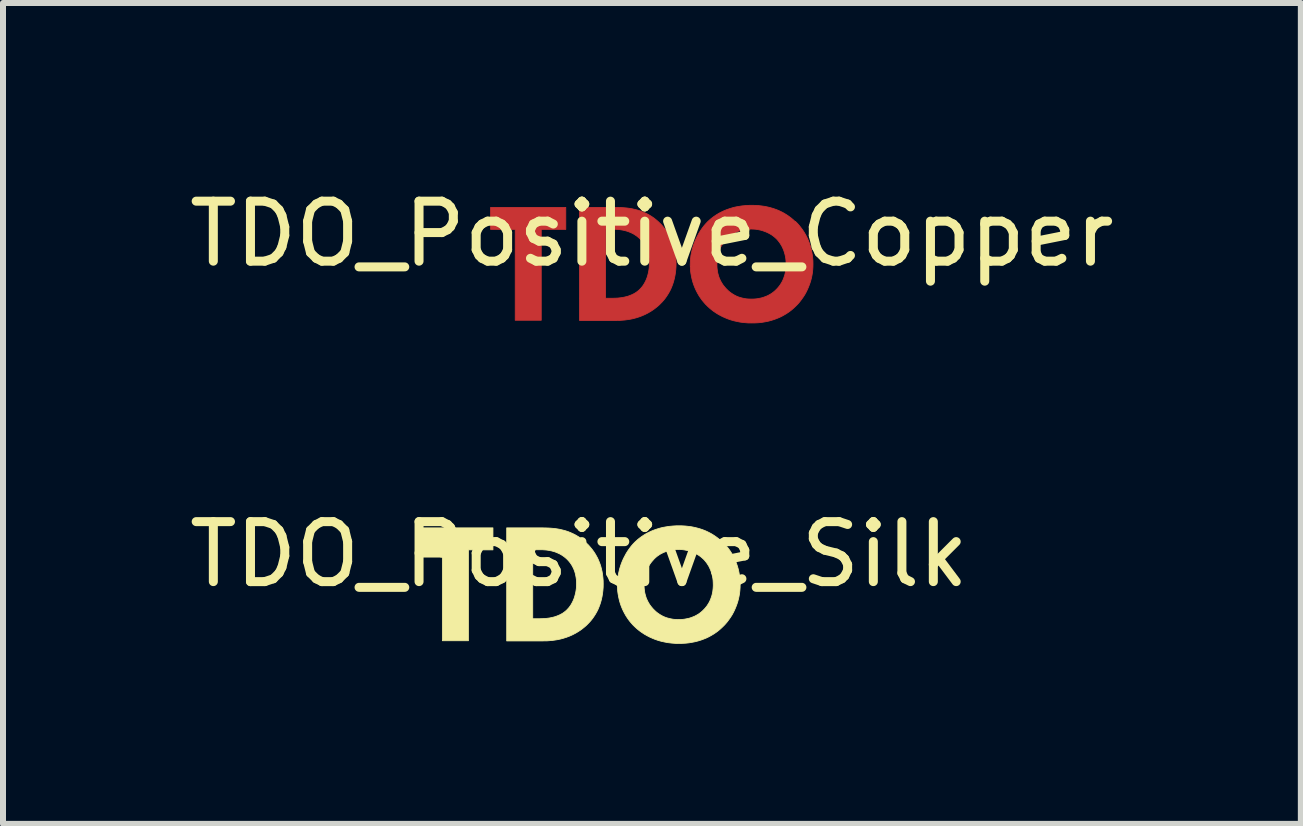
<source format=kicad_pcb>
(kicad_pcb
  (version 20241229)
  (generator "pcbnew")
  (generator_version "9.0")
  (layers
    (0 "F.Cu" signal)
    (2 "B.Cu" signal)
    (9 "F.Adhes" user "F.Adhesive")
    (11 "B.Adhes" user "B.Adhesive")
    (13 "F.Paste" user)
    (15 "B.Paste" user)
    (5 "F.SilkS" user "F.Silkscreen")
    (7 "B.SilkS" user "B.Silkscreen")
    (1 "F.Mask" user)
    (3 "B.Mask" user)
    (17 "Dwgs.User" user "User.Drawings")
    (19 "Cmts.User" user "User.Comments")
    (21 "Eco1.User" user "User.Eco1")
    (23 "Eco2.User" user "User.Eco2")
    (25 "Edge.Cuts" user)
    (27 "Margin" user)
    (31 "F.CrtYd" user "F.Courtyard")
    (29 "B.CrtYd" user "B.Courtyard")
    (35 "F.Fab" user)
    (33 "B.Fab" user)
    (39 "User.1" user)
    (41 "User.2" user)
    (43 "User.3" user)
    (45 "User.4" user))
  (footprint "TDO_Positive_Copper"
    (layer "F.Cu")
    (at 7.815 1.348)
    (property "Reference" "TDO_Positive_Copper" (at 0 -0.5 0) (unlocked yes) (layer "F.SilkS") (effects (font (size 1 1) (thickness 0.15))))
    (fp_poly (pts (xy -1.435 -0.574) (xy -1.844 -0.574) (xy -1.844 0.94) (xy -2.278 0.94) (xy -2.278 -0.574) (xy -2.688 -0.574) (xy -2.688 -0.941) (xy -1.435 -0.941)) (stroke (width 0.013) (type solid)) (fill yes) (layer "F.Cu"))
    (fp_poly (pts (xy -0.563 -0.94) (xy -0.516 -0.939) (xy -0.469 -0.936) (xy -0.422 -0.932) (xy -0.375 -0.926) (xy -0.327 -0.918) (xy -0.28 -0.907) (xy -0.233 -0.895) (xy -0.186 -0.88) (xy -0.139 -0.861) (xy -0.093 -0.84) (xy -0.047 -0.816) (xy -0.001 -0.788) (xy 0.044 -0.756) (xy 0.088 -0.72) (xy 0.131 -0.68) (xy 0.162 -0.649) (xy 0.19 -0.616) (xy 0.218 -0.582) (xy 0.244 -0.547) (xy 0.268 -0.51) (xy 0.29 -0.472) (xy 0.311 -0.433) (xy 0.329 -0.392) (xy 0.346 -0.349) (xy 0.361 -0.305) (xy 0.373 -0.259) (xy 0.384 -0.212) (xy 0.392 -0.163) (xy 0.398 -0.112) (xy 0.402 -0.06) (xy 0.403 -0.006) (xy 0.402 0.048) (xy 0.398 0.101) (xy 0.392 0.151) (xy 0.384 0.2) (xy 0.374 0.247) (xy 0.362 0.293) (xy 0.348 0.337) (xy 0.332 0.379) (xy 0.315 0.42) (xy 0.295 0.459) (xy 0.274 0.496) (xy 0.251 0.532) (xy 0.227 0.567) (xy 0.201 0.6) (xy 0.174 0.631) (xy 0.145 0.661) (xy 0.121 0.685) (xy 0.096 0.707) (xy 0.045 0.748) (xy -0.007 0.784) (xy -0.059 0.815) (xy -0.111 0.842) (xy -0.163 0.865) (xy -0.214 0.884) (xy -0.265 0.9) (xy -0.314 0.913) (xy -0.362 0.923) (xy -0.408 0.93) (xy -0.451 0.936) (xy -0.492 0.939) (xy -0.53 0.942) (xy -0.596 0.943) (xy -1.206 0.943) (xy -1.206 0.569) (xy -0.772 0.569) (xy -0.772 0.573) (xy -0.656 0.573) (xy -0.616 0.572) (xy -0.569 0.57) (xy -0.543 0.567) (xy -0.516 0.564) (xy -0.488 0.56) (xy -0.459 0.554) (xy -0.429 0.547) (xy -0.399 0.539) (xy -0.369 0.528) (xy -0.339 0.516) (xy -0.309 0.502) (xy -0.295 0.494) (xy -0.28 0.486) (xy -0.266 0.477) (xy -0.252 0.467) (xy -0.239 0.457) (xy -0.225 0.446) (xy -0.206 0.429) (xy -0.188 0.41) (xy -0.17 0.39) (xy -0.153 0.368) (xy -0.137 0.345) (xy -0.122 0.319) (xy -0.108 0.293) (xy -0.095 0.265) (xy -0.083 0.235) (xy -0.073 0.204) (xy -0.064 0.171) (xy -0.056 0.138) (xy -0.05 0.103) (xy -0.045 0.067) (xy -0.043 0.029) (xy -0.042 -0.009) (xy -0.043 -0.047) (xy -0.045 -0.083) (xy -0.05 -0.118) (xy -0.056 -0.15) (xy -0.063 -0.181) (xy -0.071 -0.21) (xy -0.081 -0.237) (xy -0.091 -0.262) (xy -0.103 -0.286) (xy -0.115 -0.309) (xy -0.128 -0.33) (xy -0.141 -0.35) (xy -0.155 -0.368) (xy -0.169 -0.385) (xy -0.183 -0.401) (xy -0.197 -0.415) (xy -0.21 -0.428) (xy -0.224 -0.44) (xy -0.252 -0.463) (xy -0.28 -0.482) (xy -0.309 -0.5) (xy -0.339 -0.515) (xy -0.369 -0.528) (xy -0.399 -0.54) (xy -0.429 -0.549) (xy -0.459 -0.557) (xy -0.489 -0.563) (xy -0.518 -0.568) (xy -0.547 -0.572) (xy -0.575 -0.574) (xy -0.603 -0.576) (xy -0.656 -0.577) (xy -0.772 -0.577) (xy -0.772 0.569) (xy -1.206 0.569) (xy -1.206 -0.941) (xy -0.61 -0.941)) (stroke (width 0.013) (type solid)) (fill yes) (layer "F.Cu"))
    (fp_poly (pts (xy 1.72 -0.975) (xy 1.773 -0.972) (xy 1.826 -0.966) (xy 1.877 -0.959) (xy 1.926 -0.949) (xy 1.975 -0.937) (xy 2.023 -0.923) (xy 2.069 -0.907) (xy 2.114 -0.889) (xy 2.158 -0.868) (xy 2.2 -0.846) (xy 2.241 -0.821) (xy 2.281 -0.794) (xy 2.32 -0.765) (xy 2.357 -0.734) (xy 2.392 -0.701) (xy 2.392 -0.708) (xy 2.425 -0.675) (xy 2.456 -0.64) (xy 2.485 -0.603) (xy 2.513 -0.565) (xy 2.539 -0.525) (xy 2.563 -0.484) (xy 2.585 -0.441) (xy 2.605 -0.397) (xy 2.623 -0.351) (xy 2.639 -0.304) (xy 2.653 -0.255) (xy 2.664 -0.206) (xy 2.673 -0.155) (xy 2.68 -0.103) (xy 2.684 -0.05) (xy 2.685 0.005) (xy 2.684 0.052) (xy 2.681 0.099) (xy 2.676 0.146) (xy 2.668 0.193) (xy 2.658 0.24) (xy 2.646 0.286) (xy 2.631 0.332) (xy 2.614 0.377) (xy 2.595 0.422) (xy 2.574 0.466) (xy 2.55 0.51) (xy 2.523 0.552) (xy 2.494 0.593) (xy 2.463 0.634) (xy 2.429 0.673) (xy 2.392 0.71) (xy 2.359 0.741) (xy 2.324 0.771) (xy 2.287 0.799) (xy 2.249 0.825) (xy 2.209 0.849) (xy 2.168 0.872) (xy 2.125 0.893) (xy 2.081 0.911) (xy 2.035 0.928) (xy 1.987 0.943) (xy 1.938 0.956) (xy 1.887 0.966) (xy 1.834 0.975) (xy 1.78 0.981) (xy 1.724 0.984) (xy 1.666 0.985) (xy 1.601 0.984) (xy 1.539 0.979) (xy 1.479 0.972) (xy 1.422 0.961) (xy 1.368 0.949) (xy 1.316 0.934) (xy 1.266 0.917) (xy 1.22 0.898) (xy 1.175 0.878) (xy 1.133 0.856) (xy 1.094 0.834) (xy 1.057 0.81) (xy 1.022 0.786) (xy 0.99 0.761) (xy 0.96 0.736) (xy 0.932 0.71) (xy 0.899 0.678) (xy 0.868 0.643) (xy 0.838 0.607) (xy 0.81 0.568) (xy 0.784 0.529) (xy 0.76 0.487) (xy 0.738 0.445) (xy 0.718 0.401) (xy 0.7 0.356) (xy 0.684 0.309) (xy 0.671 0.262) (xy 0.66 0.213) (xy 0.651 0.164) (xy 0.644 0.114) (xy 0.641 0.063) (xy 0.639 0.012) (xy 0.639 0.008) (xy 1.084 0.008) (xy 1.084 0.04) (xy 1.086 0.071) (xy 1.09 0.102) (xy 1.094 0.132) (xy 1.1 0.16) (xy 1.108 0.188) (xy 1.116 0.216) (xy 1.126 0.242) (xy 1.138 0.268) (xy 1.151 0.294) (xy 1.165 0.318) (xy 1.18 0.342) (xy 1.197 0.365) (xy 1.216 0.388) (xy 1.235 0.41) (xy 1.257 0.432) (xy 1.279 0.453) (xy 1.302 0.472) (xy 1.326 0.489) (xy 1.35 0.505) (xy 1.374 0.519) (xy 1.398 0.532) (xy 1.423 0.543) (xy 1.448 0.553) (xy 1.474 0.561) (xy 1.5 0.568) (xy 1.526 0.574) (xy 1.552 0.579) (xy 1.578 0.583) (xy 1.605 0.585) (xy 1.632 0.586) (xy 1.659 0.587) (xy 1.694 0.586) (xy 1.728 0.584) (xy 1.76 0.58) (xy 1.792 0.574) (xy 1.822 0.568) (xy 1.851 0.56) (xy 1.879 0.55) (xy 1.905 0.54) (xy 1.931 0.529) (xy 1.955 0.516) (xy 1.978 0.503) (xy 2 0.489) (xy 2.02 0.474) (xy 2.04 0.458) (xy 2.058 0.442) (xy 2.075 0.425) (xy 2.089 0.411) (xy 2.103 0.395) (xy 2.117 0.378) (xy 2.132 0.359) (xy 2.145 0.339) (xy 2.159 0.317) (xy 2.172 0.294) (xy 2.184 0.269) (xy 2.195 0.242) (xy 2.205 0.214) (xy 2.21 0.199) (xy 2.215 0.183) (xy 2.219 0.167) (xy 2.222 0.151) (xy 2.226 0.135) (xy 2.229 0.117) (xy 2.231 0.1) (xy 2.233 0.082) (xy 2.235 0.063) (xy 2.236 0.044) (xy 2.237 0.025) (xy 2.237 0.005) (xy 2.236 -0.031) (xy 2.234 -0.066) (xy 2.23 -0.099) (xy 2.224 -0.131) (xy 2.217 -0.162) (xy 2.208 -0.192) (xy 2.199 -0.221) (xy 2.188 -0.248) (xy 2.176 -0.274) (xy 2.164 -0.299) (xy 2.15 -0.322) (xy 2.136 -0.344) (xy 2.121 -0.365) (xy 2.106 -0.384) (xy 2.091 -0.402) (xy 2.075 -0.419) (xy 2.057 -0.435) (xy 2.038 -0.452) (xy 2.017 -0.468) (xy 1.996 -0.483) (xy 1.973 -0.497) (xy 1.949 -0.51) (xy 1.923 -0.523) (xy 1.897 -0.534) (xy 1.87 -0.544) (xy 1.842 -0.554) (xy 1.813 -0.562) (xy 1.784 -0.568) (xy 1.753 -0.574) (xy 1.722 -0.578) (xy 1.691 -0.58) (xy 1.659 -0.581) (xy 1.627 -0.58) (xy 1.596 -0.578) (xy 1.565 -0.575) (xy 1.536 -0.57) (xy 1.507 -0.564) (xy 1.479 -0.556) (xy 1.452 -0.548) (xy 1.426 -0.538) (xy 1.401 -0.527) (xy 1.376 -0.515) (xy 1.352 -0.502) (xy 1.329 -0.487) (xy 1.307 -0.472) (xy 1.286 -0.455) (xy 1.266 -0.437) (xy 1.246 -0.419) (xy 1.249 -0.419) (xy 1.234 -0.403) (xy 1.219 -0.386) (xy 1.204 -0.368) (xy 1.189 -0.348) (xy 1.175 -0.327) (xy 1.161 -0.304) (xy 1.148 -0.28) (xy 1.136 -0.254) (xy 1.125 -0.227) (xy 1.115 -0.198) (xy 1.106 -0.167) (xy 1.098 -0.135) (xy 1.095 -0.119) (xy 1.092 -0.102) (xy 1.09 -0.084) (xy 1.087 -0.067) (xy 1.086 -0.048) (xy 1.085 -0.03) (xy 1.084 -0.011) (xy 1.084 0.008) (xy 0.639 0.008) (xy 0.641 -0.04) (xy 0.645 -0.091) (xy 0.651 -0.142) (xy 0.661 -0.192) (xy 0.672 -0.241) (xy 0.686 -0.29) (xy 0.702 -0.338) (xy 0.72 -0.384) (xy 0.74 -0.429) (xy 0.763 -0.473) (xy 0.786 -0.516) (xy 0.812 -0.557) (xy 0.839 -0.596) (xy 0.867 -0.633) (xy 0.897 -0.668) (xy 0.928 -0.701) (xy 0.954 -0.725) (xy 0.981 -0.749) (xy 1.011 -0.773) (xy 1.044 -0.797) (xy 1.08 -0.821) (xy 1.118 -0.844) (xy 1.159 -0.865) (xy 1.203 -0.886) (xy 1.25 -0.905) (xy 1.3 -0.922) (xy 1.326 -0.93) (xy 1.353 -0.938) (xy 1.381 -0.945) (xy 1.409 -0.951) (xy 1.438 -0.956) (xy 1.468 -0.961) (xy 1.499 -0.966) (xy 1.531 -0.969) (xy 1.563 -0.972) (xy 1.597 -0.974) (xy 1.631 -0.976) (xy 1.666 -0.976)) (stroke (width 0.013) (type solid)) (fill yes) (layer "F.Cu")))
  (footprint "TDO_Positive_Silk"
    (layer "F.Cu")
    (at 6.601 6.689)
    (property "Reference" "TDO_Positive_Silk" (at 0 -0.5 0) (unlocked yes) (layer "F.SilkS") (effects (font (size 1 1) (thickness 0.15))))
    (fp_poly (pts (xy -1.435 -0.574) (xy -1.844 -0.574) (xy -1.844 0.94) (xy -2.278 0.94) (xy -2.278 -0.574) (xy -2.688 -0.574) (xy -2.688 -0.941) (xy -1.435 -0.941)) (stroke (width 0.013) (type solid)) (fill yes) (layer "F.SilkS"))
    (fp_poly (pts (xy -0.563 -0.94) (xy -0.516 -0.939) (xy -0.469 -0.936) (xy -0.422 -0.932) (xy -0.375 -0.926) (xy -0.327 -0.918) (xy -0.28 -0.907) (xy -0.233 -0.895) (xy -0.186 -0.88) (xy -0.139 -0.861) (xy -0.093 -0.84) (xy -0.047 -0.816) (xy -0.001 -0.788) (xy 0.044 -0.756) (xy 0.088 -0.72) (xy 0.131 -0.68) (xy 0.162 -0.649) (xy 0.19 -0.616) (xy 0.218 -0.582) (xy 0.244 -0.547) (xy 0.268 -0.51) (xy 0.29 -0.472) (xy 0.311 -0.433) (xy 0.329 -0.392) (xy 0.346 -0.349) (xy 0.361 -0.305) (xy 0.373 -0.259) (xy 0.384 -0.212) (xy 0.392 -0.163) (xy 0.398 -0.112) (xy 0.402 -0.06) (xy 0.403 -0.006) (xy 0.402 0.048) (xy 0.398 0.101) (xy 0.392 0.151) (xy 0.384 0.2) (xy 0.374 0.247) (xy 0.362 0.293) (xy 0.348 0.337) (xy 0.332 0.379) (xy 0.315 0.42) (xy 0.295 0.459) (xy 0.274 0.496) (xy 0.251 0.532) (xy 0.227 0.567) (xy 0.201 0.6) (xy 0.174 0.631) (xy 0.145 0.661) (xy 0.121 0.685) (xy 0.096 0.707) (xy 0.045 0.748) (xy -0.007 0.784) (xy -0.059 0.815) (xy -0.111 0.842) (xy -0.163 0.865) (xy -0.214 0.884) (xy -0.265 0.9) (xy -0.314 0.913) (xy -0.362 0.923) (xy -0.408 0.93) (xy -0.451 0.936) (xy -0.492 0.939) (xy -0.53 0.942) (xy -0.596 0.943) (xy -1.206 0.943) (xy -1.206 0.569) (xy -0.772 0.569) (xy -0.772 0.573) (xy -0.656 0.573) (xy -0.616 0.572) (xy -0.569 0.57) (xy -0.543 0.567) (xy -0.516 0.564) (xy -0.488 0.56) (xy -0.459 0.554) (xy -0.429 0.547) (xy -0.399 0.539) (xy -0.369 0.528) (xy -0.339 0.516) (xy -0.309 0.502) (xy -0.295 0.494) (xy -0.28 0.486) (xy -0.266 0.477) (xy -0.252 0.467) (xy -0.239 0.457) (xy -0.225 0.446) (xy -0.206 0.429) (xy -0.188 0.41) (xy -0.17 0.39) (xy -0.153 0.368) (xy -0.137 0.345) (xy -0.122 0.319) (xy -0.108 0.293) (xy -0.095 0.265) (xy -0.083 0.235) (xy -0.073 0.204) (xy -0.064 0.171) (xy -0.056 0.138) (xy -0.05 0.103) (xy -0.045 0.067) (xy -0.043 0.029) (xy -0.042 -0.009) (xy -0.043 -0.047) (xy -0.045 -0.083) (xy -0.05 -0.118) (xy -0.056 -0.15) (xy -0.063 -0.181) (xy -0.071 -0.21) (xy -0.081 -0.237) (xy -0.091 -0.262) (xy -0.103 -0.286) (xy -0.115 -0.309) (xy -0.128 -0.33) (xy -0.141 -0.35) (xy -0.155 -0.368) (xy -0.169 -0.385) (xy -0.183 -0.401) (xy -0.197 -0.415) (xy -0.21 -0.428) (xy -0.224 -0.44) (xy -0.252 -0.463) (xy -0.28 -0.482) (xy -0.309 -0.5) (xy -0.339 -0.515) (xy -0.369 -0.528) (xy -0.399 -0.54) (xy -0.429 -0.549) (xy -0.459 -0.557) (xy -0.489 -0.563) (xy -0.518 -0.568) (xy -0.547 -0.572) (xy -0.575 -0.574) (xy -0.603 -0.576) (xy -0.656 -0.577) (xy -0.772 -0.577) (xy -0.772 0.569) (xy -1.206 0.569) (xy -1.206 -0.941) (xy -0.61 -0.941)) (stroke (width 0.013) (type solid)) (fill yes) (layer "F.SilkS"))
    (fp_poly (pts (xy 1.72 -0.975) (xy 1.773 -0.972) (xy 1.826 -0.966) (xy 1.877 -0.959) (xy 1.926 -0.949) (xy 1.975 -0.937) (xy 2.023 -0.923) (xy 2.069 -0.907) (xy 2.114 -0.889) (xy 2.158 -0.868) (xy 2.2 -0.846) (xy 2.241 -0.821) (xy 2.281 -0.794) (xy 2.32 -0.765) (xy 2.357 -0.734) (xy 2.392 -0.701) (xy 2.392 -0.708) (xy 2.425 -0.675) (xy 2.456 -0.64) (xy 2.485 -0.603) (xy 2.513 -0.565) (xy 2.539 -0.525) (xy 2.563 -0.484) (xy 2.585 -0.441) (xy 2.605 -0.397) (xy 2.623 -0.351) (xy 2.639 -0.304) (xy 2.653 -0.255) (xy 2.664 -0.206) (xy 2.673 -0.155) (xy 2.68 -0.103) (xy 2.684 -0.05) (xy 2.685 0.005) (xy 2.684 0.052) (xy 2.681 0.099) (xy 2.676 0.146) (xy 2.668 0.193) (xy 2.658 0.24) (xy 2.646 0.286) (xy 2.631 0.332) (xy 2.614 0.377) (xy 2.595 0.422) (xy 2.574 0.466) (xy 2.55 0.51) (xy 2.523 0.552) (xy 2.494 0.593) (xy 2.463 0.634) (xy 2.429 0.673) (xy 2.392 0.71) (xy 2.359 0.741) (xy 2.324 0.771) (xy 2.287 0.799) (xy 2.249 0.825) (xy 2.209 0.849) (xy 2.168 0.872) (xy 2.125 0.893) (xy 2.081 0.911) (xy 2.035 0.928) (xy 1.987 0.943) (xy 1.938 0.956) (xy 1.887 0.966) (xy 1.834 0.975) (xy 1.78 0.981) (xy 1.724 0.984) (xy 1.666 0.985) (xy 1.601 0.984) (xy 1.539 0.979) (xy 1.479 0.972) (xy 1.422 0.961) (xy 1.368 0.949) (xy 1.316 0.934) (xy 1.266 0.917) (xy 1.22 0.898) (xy 1.175 0.878) (xy 1.133 0.856) (xy 1.094 0.834) (xy 1.057 0.81) (xy 1.022 0.786) (xy 0.99 0.761) (xy 0.96 0.736) (xy 0.932 0.71) (xy 0.899 0.678) (xy 0.868 0.643) (xy 0.838 0.607) (xy 0.81 0.568) (xy 0.784 0.529) (xy 0.76 0.487) (xy 0.738 0.445) (xy 0.718 0.401) (xy 0.7 0.356) (xy 0.684 0.309) (xy 0.671 0.262) (xy 0.66 0.213) (xy 0.651 0.164) (xy 0.644 0.114) (xy 0.641 0.063) (xy 0.639 0.012) (xy 0.639 0.008) (xy 1.084 0.008) (xy 1.084 0.04) (xy 1.086 0.071) (xy 1.09 0.102) (xy 1.094 0.132) (xy 1.1 0.16) (xy 1.108 0.188) (xy 1.116 0.216) (xy 1.126 0.242) (xy 1.138 0.268) (xy 1.151 0.294) (xy 1.165 0.318) (xy 1.18 0.342) (xy 1.197 0.365) (xy 1.216 0.388) (xy 1.235 0.41) (xy 1.257 0.432) (xy 1.279 0.453) (xy 1.302 0.472) (xy 1.326 0.489) (xy 1.35 0.505) (xy 1.374 0.519) (xy 1.398 0.532) (xy 1.423 0.543) (xy 1.448 0.553) (xy 1.474 0.561) (xy 1.5 0.568) (xy 1.526 0.574) (xy 1.552 0.579) (xy 1.578 0.583) (xy 1.605 0.585) (xy 1.632 0.586) (xy 1.659 0.587) (xy 1.694 0.586) (xy 1.728 0.584) (xy 1.76 0.58) (xy 1.792 0.574) (xy 1.822 0.568) (xy 1.851 0.56) (xy 1.879 0.55) (xy 1.905 0.54) (xy 1.931 0.529) (xy 1.955 0.516) (xy 1.978 0.503) (xy 2 0.489) (xy 2.02 0.474) (xy 2.04 0.458) (xy 2.058 0.442) (xy 2.075 0.425) (xy 2.089 0.411) (xy 2.103 0.395) (xy 2.117 0.378) (xy 2.132 0.359) (xy 2.145 0.339) (xy 2.159 0.317) (xy 2.172 0.294) (xy 2.184 0.269) (xy 2.195 0.242) (xy 2.205 0.214) (xy 2.21 0.199) (xy 2.215 0.183) (xy 2.219 0.167) (xy 2.222 0.151) (xy 2.226 0.135) (xy 2.229 0.117) (xy 2.231 0.1) (xy 2.233 0.082) (xy 2.235 0.063) (xy 2.236 0.044) (xy 2.237 0.025) (xy 2.237 0.005) (xy 2.236 -0.031) (xy 2.234 -0.066) (xy 2.23 -0.099) (xy 2.224 -0.131) (xy 2.217 -0.162) (xy 2.208 -0.192) (xy 2.199 -0.221) (xy 2.188 -0.248) (xy 2.176 -0.274) (xy 2.164 -0.299) (xy 2.15 -0.322) (xy 2.136 -0.344) (xy 2.121 -0.365) (xy 2.106 -0.384) (xy 2.091 -0.402) (xy 2.075 -0.419) (xy 2.057 -0.435) (xy 2.038 -0.452) (xy 2.017 -0.468) (xy 1.996 -0.483) (xy 1.973 -0.497) (xy 1.949 -0.51) (xy 1.923 -0.523) (xy 1.897 -0.534) (xy 1.87 -0.544) (xy 1.842 -0.554) (xy 1.813 -0.562) (xy 1.784 -0.568) (xy 1.753 -0.574) (xy 1.722 -0.578) (xy 1.691 -0.58) (xy 1.659 -0.581) (xy 1.627 -0.58) (xy 1.596 -0.578) (xy 1.565 -0.575) (xy 1.536 -0.57) (xy 1.507 -0.564) (xy 1.479 -0.556) (xy 1.452 -0.548) (xy 1.426 -0.538) (xy 1.401 -0.527) (xy 1.376 -0.515) (xy 1.352 -0.502) (xy 1.329 -0.487) (xy 1.307 -0.472) (xy 1.286 -0.455) (xy 1.266 -0.437) (xy 1.246 -0.419) (xy 1.249 -0.419) (xy 1.234 -0.403) (xy 1.219 -0.386) (xy 1.204 -0.368) (xy 1.189 -0.348) (xy 1.175 -0.327) (xy 1.161 -0.304) (xy 1.148 -0.28) (xy 1.136 -0.254) (xy 1.125 -0.227) (xy 1.115 -0.198) (xy 1.106 -0.167) (xy 1.098 -0.135) (xy 1.095 -0.119) (xy 1.092 -0.102) (xy 1.09 -0.084) (xy 1.087 -0.067) (xy 1.086 -0.048) (xy 1.085 -0.03) (xy 1.084 -0.011) (xy 1.084 0.008) (xy 0.639 0.008) (xy 0.641 -0.04) (xy 0.645 -0.091) (xy 0.651 -0.142) (xy 0.661 -0.192) (xy 0.672 -0.241) (xy 0.686 -0.29) (xy 0.702 -0.338) (xy 0.72 -0.384) (xy 0.74 -0.429) (xy 0.763 -0.473) (xy 0.786 -0.516) (xy 0.812 -0.557) (xy 0.839 -0.596) (xy 0.867 -0.633) (xy 0.897 -0.668) (xy 0.928 -0.701) (xy 0.954 -0.725) (xy 0.981 -0.749) (xy 1.011 -0.773) (xy 1.044 -0.797) (xy 1.08 -0.821) (xy 1.118 -0.844) (xy 1.159 -0.865) (xy 1.203 -0.886) (xy 1.25 -0.905) (xy 1.3 -0.922) (xy 1.326 -0.93) (xy 1.353 -0.938) (xy 1.381 -0.945) (xy 1.409 -0.951) (xy 1.438 -0.956) (xy 1.468 -0.961) (xy 1.499 -0.966) (xy 1.531 -0.969) (xy 1.563 -0.972) (xy 1.597 -0.974) (xy 1.631 -0.976) (xy 1.666 -0.976)) (stroke (width 0.013) (type solid)) (fill yes) (layer "F.SilkS")))
  (gr_rect
    (start -3 -3)
    (end 18.631 10.681)
    (stroke (width 0.1) (type default))
    (fill no)
    (layer "Edge.Cuts")))
</source>
